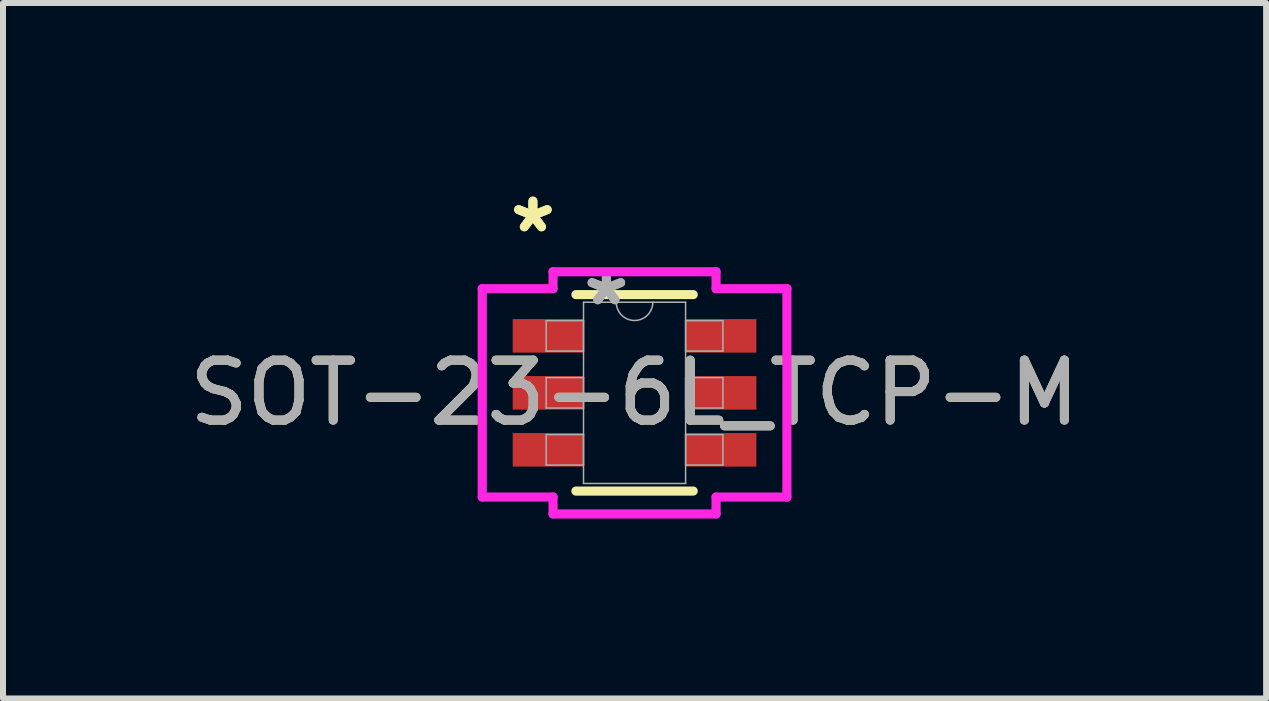
<source format=kicad_pcb>
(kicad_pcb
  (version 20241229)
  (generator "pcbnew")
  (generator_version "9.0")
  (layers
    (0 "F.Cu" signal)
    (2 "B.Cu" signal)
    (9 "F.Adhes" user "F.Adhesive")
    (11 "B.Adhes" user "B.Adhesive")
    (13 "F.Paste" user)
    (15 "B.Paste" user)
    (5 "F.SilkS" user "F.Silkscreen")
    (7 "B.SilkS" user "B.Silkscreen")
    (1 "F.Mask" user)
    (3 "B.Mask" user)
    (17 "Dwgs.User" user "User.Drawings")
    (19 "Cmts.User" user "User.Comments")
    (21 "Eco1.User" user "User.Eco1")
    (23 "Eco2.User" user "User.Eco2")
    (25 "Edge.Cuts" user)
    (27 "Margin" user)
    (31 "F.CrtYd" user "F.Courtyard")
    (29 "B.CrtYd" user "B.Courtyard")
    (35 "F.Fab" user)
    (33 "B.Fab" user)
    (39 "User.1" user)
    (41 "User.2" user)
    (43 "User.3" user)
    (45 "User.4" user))
  (footprint "SOT-23-6L_TCP-M"
    (layer "F.Cu")
    (at 7.53 3.5)
    (property "Reference" "SOT-23-6L_TCP-M" (at 0 0 0) (unlocked yes) (layer "F.SilkS") (effects (font (size 1 1) (thickness 0.15))))
    (attr smd)
    (fp_line (start -0.978 1.638) (end 0.978 1.638) (stroke (width 0.152) (type solid)) (layer "F.SilkS"))
    (fp_line (start 0.978 -1.638) (end -0.978 -1.638) (stroke (width 0.152) (type solid)) (layer "F.SilkS"))
    (fp_line (start -2.54 -1.737) (end -1.359 -1.737) (stroke (width 0.152) (type solid)) (layer "F.CrtYd"))
    (fp_line (start -2.54 1.737) (end -2.54 -1.737) (stroke (width 0.152) (type solid)) (layer "F.CrtYd"))
    (fp_line (start -2.54 1.737) (end -1.359 1.737) (stroke (width 0.152) (type solid)) (layer "F.CrtYd"))
    (fp_line (start -1.359 -2.019) (end 1.359 -2.019) (stroke (width 0.152) (type solid)) (layer "F.CrtYd"))
    (fp_line (start -1.359 -1.737) (end -1.359 -2.019) (stroke (width 0.152) (type solid)) (layer "F.CrtYd"))
    (fp_line (start -1.359 2.019) (end -1.359 1.737) (stroke (width 0.152) (type solid)) (layer "F.CrtYd"))
    (fp_line (start 1.359 -2.019) (end 1.359 -1.737) (stroke (width 0.152) (type solid)) (layer "F.CrtYd"))
    (fp_line (start 1.359 1.737) (end 1.359 2.019) (stroke (width 0.152) (type solid)) (layer "F.CrtYd"))
    (fp_line (start 1.359 2.019) (end -1.359 2.019) (stroke (width 0.152) (type solid)) (layer "F.CrtYd"))
    (fp_line (start 2.54 -1.737) (end 1.359 -1.737) (stroke (width 0.152) (type solid)) (layer "F.CrtYd"))
    (fp_line (start 2.54 -1.737) (end 2.54 1.737) (stroke (width 0.152) (type solid)) (layer "F.CrtYd"))
    (fp_line (start 2.54 1.737) (end 1.359 1.737) (stroke (width 0.152) (type solid)) (layer "F.CrtYd"))
    (fp_line (start -1.473 -1.204) (end -1.473 -0.696) (stroke (width 0.025) (type solid)) (layer "F.Fab"))
    (fp_line (start -1.473 -0.696) (end -0.851 -0.696) (stroke (width 0.025) (type solid)) (layer "F.Fab"))
    (fp_line (start -1.473 -0.254) (end -1.473 0.254) (stroke (width 0.025) (type solid)) (layer "F.Fab"))
    (fp_line (start -1.473 0.254) (end -0.851 0.254) (stroke (width 0.025) (type solid)) (layer "F.Fab"))
    (fp_line (start -1.473 0.696) (end -1.473 1.204) (stroke (width 0.025) (type solid)) (layer "F.Fab"))
    (fp_line (start -1.473 1.204) (end -0.851 1.204) (stroke (width 0.025) (type solid)) (layer "F.Fab"))
    (fp_line (start -0.851 -1.511) (end -0.851 1.511) (stroke (width 0.025) (type solid)) (layer "F.Fab"))
    (fp_line (start -0.851 -1.204) (end -1.473 -1.204) (stroke (width 0.025) (type solid)) (layer "F.Fab"))
    (fp_line (start -0.851 -0.696) (end -0.851 -1.204) (stroke (width 0.025) (type solid)) (layer "F.Fab"))
    (fp_line (start -0.851 -0.254) (end -1.473 -0.254) (stroke (width 0.025) (type solid)) (layer "F.Fab"))
    (fp_line (start -0.851 0.254) (end -0.851 -0.254) (stroke (width 0.025) (type solid)) (layer "F.Fab"))
    (fp_line (start -0.851 0.696) (end -1.473 0.696) (stroke (width 0.025) (type solid)) (layer "F.Fab"))
    (fp_line (start -0.851 1.204) (end -0.851 0.696) (stroke (width 0.025) (type solid)) (layer "F.Fab"))
    (fp_line (start -0.851 1.511) (end 0.851 1.511) (stroke (width 0.025) (type solid)) (layer "F.Fab"))
    (fp_line (start 0.851 -1.511) (end -0.851 -1.511) (stroke (width 0.025) (type solid)) (layer "F.Fab"))
    (fp_line (start 0.851 -1.204) (end 0.851 -0.696) (stroke (width 0.025) (type solid)) (layer "F.Fab"))
    (fp_line (start 0.851 -0.696) (end 1.473 -0.696) (stroke (width 0.025) (type solid)) (layer "F.Fab"))
    (fp_line (start 0.851 -0.254) (end 0.851 0.254) (stroke (width 0.025) (type solid)) (layer "F.Fab"))
    (fp_line (start 0.851 0.254) (end 1.473 0.254) (stroke (width 0.025) (type solid)) (layer "F.Fab"))
    (fp_line (start 0.851 0.696) (end 0.851 1.204) (stroke (width 0.025) (type solid)) (layer "F.Fab"))
    (fp_line (start 0.851 1.204) (end 1.473 1.204) (stroke (width 0.025) (type solid)) (layer "F.Fab"))
    (fp_line (start 0.851 1.511) (end 0.851 -1.511) (stroke (width 0.025) (type solid)) (layer "F.Fab"))
    (fp_line (start 1.473 -1.204) (end 0.851 -1.204) (stroke (width 0.025) (type solid)) (layer "F.Fab"))
    (fp_line (start 1.473 -0.696) (end 1.473 -1.204) (stroke (width 0.025) (type solid)) (layer "F.Fab"))
    (fp_line (start 1.473 -0.254) (end 0.851 -0.254) (stroke (width 0.025) (type solid)) (layer "F.Fab"))
    (fp_line (start 1.473 0.254) (end 1.473 -0.254) (stroke (width 0.025) (type solid)) (layer "F.Fab"))
    (fp_line (start 1.473 0.696) (end 0.851 0.696) (stroke (width 0.025) (type solid)) (layer "F.Fab"))
    (fp_line (start 1.473 1.204) (end 1.473 0.696) (stroke (width 0.025) (type solid)) (layer "F.Fab"))
    (fp_arc (start 0.3048 -1.5113) (mid 0 -1.2065) (end -0.3048 -1.5113) (stroke (width 0.0254) (type solid)) (layer "F.Fab"))
    (fp_text user "*" (at -1.695 -2.652 0) (unlocked yes) (layer "F.SilkS") (effects (font (size 1 1) (thickness 0.15))))
    (fp_text user "*" (at -1.695 -2.652 0) (layer "F.SilkS") (effects (font (size 1 1) (thickness 0.15))))
    (fp_text user "${REFERENCE}" (at 0 0 0) (unlocked yes) (layer "F.Fab") (effects (font (size 1 1) (thickness 0.15))))
    (fp_text user "*" (at -0.47 -1.435 0) (unlocked yes) (layer "F.Fab") (effects (font (size 1 1) (thickness 0.15))))
    (fp_text user "*" (at -0.47 -1.435 0) (layer "F.Fab") (effects (font (size 1 1) (thickness 0.15))))
    (pad "1" smd rect (at -1.441 -0.95) (size 1.181 0.559) (layers "F.Cu" "F.Mask" "F.Paste"))
    (pad "2" smd rect (at -1.441 0) (size 1.181 0.559) (layers "F.Cu" "F.Mask" "F.Paste"))
    (pad "3" smd rect (at -1.441 0.95) (size 1.181 0.559) (layers "F.Cu" "F.Mask" "F.Paste"))
    (pad "4" smd rect (at 1.441 0.95) (size 1.181 0.559) (layers "F.Cu" "F.Mask" "F.Paste"))
    (pad "5" smd rect (at 1.441 0) (size 1.181 0.559) (layers "F.Cu" "F.Mask" "F.Paste"))
    (pad "6" smd rect (at 1.441 -0.95) (size 1.181 0.559) (layers "F.Cu" "F.Mask" "F.Paste")))
  (gr_rect
    (start -3 -3)
    (end 18.06 8.596)
    (stroke (width 0.1) (type default))
    (fill no)
    (layer "Edge.Cuts")))
</source>
